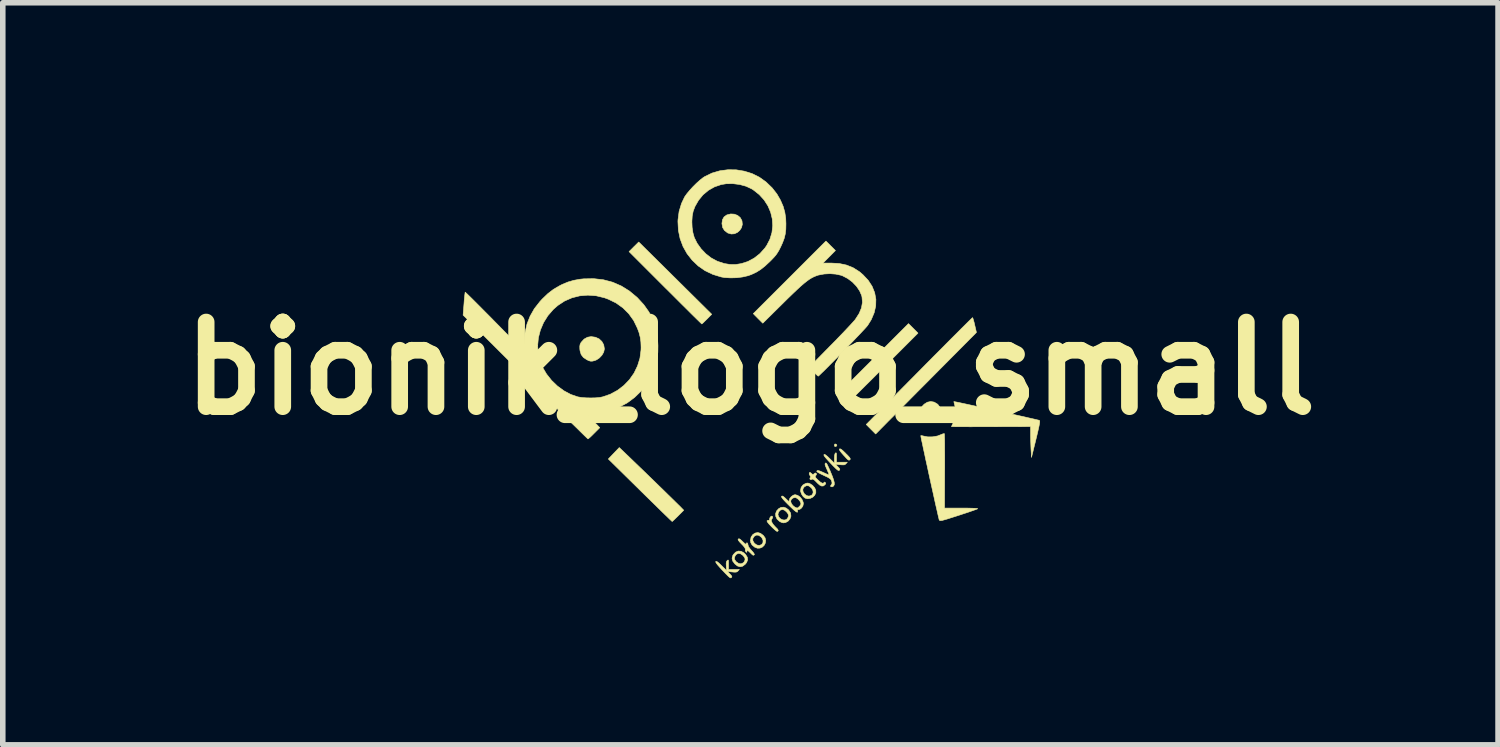
<source format=kicad_pcb>
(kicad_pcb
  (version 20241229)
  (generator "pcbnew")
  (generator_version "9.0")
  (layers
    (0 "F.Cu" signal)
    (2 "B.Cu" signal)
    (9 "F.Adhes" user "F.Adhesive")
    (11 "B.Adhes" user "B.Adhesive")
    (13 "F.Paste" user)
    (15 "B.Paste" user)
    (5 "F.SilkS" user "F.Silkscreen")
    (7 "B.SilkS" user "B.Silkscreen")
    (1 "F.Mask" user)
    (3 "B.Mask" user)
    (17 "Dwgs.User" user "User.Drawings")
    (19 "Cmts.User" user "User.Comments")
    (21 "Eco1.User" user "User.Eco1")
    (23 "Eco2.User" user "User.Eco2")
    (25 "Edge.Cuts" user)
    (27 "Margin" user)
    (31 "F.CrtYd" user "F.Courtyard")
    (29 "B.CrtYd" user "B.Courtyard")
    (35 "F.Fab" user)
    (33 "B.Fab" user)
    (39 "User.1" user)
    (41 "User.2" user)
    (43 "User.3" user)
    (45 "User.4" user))
  (footprint "bionik_logo_small"
    (layer "F.Cu")
    (at 10.458 3.581)
    (property "Reference" "bionik_logo_small" (at 0 0 0) (layer "F.SilkS") (effects (font (size 1.524 1.524) (thickness 0.3))))
    (attr through_hole)
    (fp_poly (pts (xy 1.552 1.374) (xy 1.556 1.384) (xy 1.545 1.402) (xy 1.534 1.407) (xy 1.516 1.403) (xy 1.511 1.384) (xy 1.518 1.363) (xy 1.534 1.361) (xy 1.552 1.374)) (stroke (width 0.01) (type solid)) (fill yes) (layer "F.SilkS"))
    (fp_poly (pts (xy 3.016 -0.635) (xy 2.375 0.006) (xy 2.269 0.112) (xy 2.169 0.212) (xy 2.075 0.305) (xy 1.989 0.391) (xy 1.913 0.466) (xy 1.848 0.53) (xy 1.796 0.582) (xy 1.757 0.62) (xy 1.734 0.642) (xy 1.727 0.648) (xy 1.716 0.639) (xy 1.691 0.617) (xy 1.657 0.584) (xy 1.638 0.565) (xy 1.556 0.482) (xy 2.845 -0.806) (xy 3.016 -0.635)) (stroke (width 0.01) (type solid)) (fill yes) (layer "F.SilkS"))
    (fp_poly (pts (xy -0.697 -0.974) (xy -0.783 -0.887) (xy -0.821 -0.85) (xy -0.851 -0.82) (xy -0.871 -0.803) (xy -0.876 -0.8) (xy -0.886 -0.809) (xy -0.912 -0.834) (xy -0.954 -0.875) (xy -1.009 -0.929) (xy -1.076 -0.995) (xy -1.154 -1.073) (xy -1.242 -1.16) (xy -1.337 -1.255) (xy -1.439 -1.357) (xy -1.534 -1.451) (xy -2.185 -2.102) (xy -2.098 -2.189) (xy -2.011 -2.275) (xy -0.697 -0.974)) (stroke (width 0.01) (type solid)) (fill yes) (layer "F.SilkS"))
    (fp_poly (pts (xy 3.307 0.607) (xy 3.364 0.641) (xy 3.374 0.649) (xy 3.416 0.706) (xy 3.436 0.767) (xy 3.432 0.829) (xy 3.405 0.889) (xy 3.394 0.904) (xy 3.341 0.95) (xy 3.281 0.973) (xy 3.216 0.971) (xy 3.178 0.959) (xy 3.119 0.921) (xy 3.08 0.868) (xy 3.062 0.802) (xy 3.061 0.78) (xy 3.068 0.727) (xy 3.091 0.683) (xy 3.128 0.644) (xy 3.184 0.609) (xy 3.245 0.596) (xy 3.307 0.607)) (stroke (width 0.01) (type solid)) (fill yes) (layer "F.SilkS"))
    (fp_poly (pts (xy -0.29 -2.776) (xy -0.232 -2.754) (xy -0.185 -2.716) (xy -0.155 -2.663) (xy -0.152 -2.653) (xy -0.146 -2.591) (xy -0.161 -2.533) (xy -0.193 -2.484) (xy -0.237 -2.446) (xy -0.289 -2.423) (xy -0.346 -2.419) (xy -0.404 -2.436) (xy -0.409 -2.438) (xy -0.466 -2.481) (xy -0.5 -2.535) (xy -0.512 -2.601) (xy -0.513 -2.61) (xy -0.503 -2.677) (xy -0.475 -2.726) (xy -0.429 -2.76) (xy -0.422 -2.763) (xy -0.355 -2.78) (xy -0.29 -2.776)) (stroke (width 0.01) (type solid)) (fill yes) (layer "F.SilkS"))
    (fp_poly (pts (xy 1.636 1.458) (xy 1.666 1.483) (xy 1.71 1.525) (xy 1.715 1.531) (xy 1.757 1.573) (xy 1.783 1.602) (xy 1.795 1.621) (xy 1.797 1.634) (xy 1.79 1.645) (xy 1.789 1.645) (xy 1.779 1.652) (xy 1.767 1.651) (xy 1.749 1.639) (xy 1.723 1.613) (xy 1.684 1.57) (xy 1.678 1.564) (xy 1.637 1.517) (xy 1.612 1.485) (xy 1.601 1.464) (xy 1.602 1.452) (xy 1.604 1.45) (xy 1.616 1.448) (xy 1.636 1.458)) (stroke (width 0.01) (type solid)) (fill yes) (layer "F.SilkS"))
    (fp_poly (pts (xy -2.79 -0.561) (xy -2.724 -0.531) (xy -2.674 -0.484) (xy -2.641 -0.424) (xy -2.629 -0.352) (xy -2.629 -0.349) (xy -2.641 -0.294) (xy -2.672 -0.239) (xy -2.717 -0.19) (xy -2.77 -0.154) (xy -2.804 -0.14) (xy -2.847 -0.13) (xy -2.879 -0.13) (xy -2.912 -0.14) (xy -2.945 -0.156) (xy -3.007 -0.197) (xy -3.047 -0.249) (xy -3.067 -0.316) (xy -3.071 -0.348) (xy -3.072 -0.396) (xy -3.067 -0.429) (xy -3.053 -0.459) (xy -3.046 -0.47) (xy -2.994 -0.527) (xy -2.933 -0.561) (xy -2.868 -0.572) (xy -2.79 -0.561)) (stroke (width 0.01) (type solid)) (fill yes) (layer "F.SilkS"))
    (fp_poly (pts (xy 0.394 2.662) (xy 0.401 2.68) (xy 0.391 2.705) (xy 0.389 2.707) (xy 0.377 2.73) (xy 0.378 2.751) (xy 0.39 2.779) (xy 0.412 2.812) (xy 0.445 2.849) (xy 0.46 2.864) (xy 0.49 2.895) (xy 0.501 2.918) (xy 0.492 2.932) (xy 0.478 2.934) (xy 0.463 2.925) (xy 0.435 2.902) (xy 0.399 2.869) (xy 0.376 2.846) (xy 0.335 2.803) (xy 0.308 2.769) (xy 0.298 2.748) (xy 0.298 2.744) (xy 0.316 2.734) (xy 0.325 2.736) (xy 0.34 2.732) (xy 0.343 2.72) (xy 0.349 2.691) (xy 0.365 2.668) (xy 0.383 2.658) (xy 0.394 2.662)) (stroke (width 0.01) (type solid)) (fill yes) (layer "F.SilkS"))
    (fp_poly (pts (xy 4.004 -0.903) (xy 4.014 -0.871) (xy 4.027 -0.825) (xy 4.037 -0.781) (xy 4.068 -0.647) (xy 3.34 0.086) (xy 3.222 0.205) (xy 3.106 0.322) (xy 2.992 0.436) (xy 2.884 0.545) (xy 2.782 0.648) (xy 2.689 0.741) (xy 2.607 0.825) (xy 2.536 0.896) (xy 2.479 0.953) (xy 2.439 0.994) (xy 2.433 1) (xy 2.254 1.181) (xy 2.169 1.096) (xy 2.084 1.01) (xy 3.037 0.048) (xy 3.166 -0.083) (xy 3.29 -0.208) (xy 3.408 -0.326) (xy 3.518 -0.437) (xy 3.62 -0.54) (xy 3.713 -0.632) (xy 3.794 -0.714) (xy 3.864 -0.783) (xy 3.92 -0.839) (xy 3.962 -0.88) (xy 3.989 -0.906) (xy 3.998 -0.914) (xy 4.004 -0.903)) (stroke (width 0.01) (type solid)) (fill yes) (layer "F.SilkS"))
    (fp_poly (pts (xy -2.226 1.554) (xy -2.183 1.595) (xy -2.128 1.648) (xy -2.063 1.711) (xy -1.989 1.782) (xy -1.909 1.859) (xy -1.825 1.941) (xy -1.739 2.024) (xy -1.654 2.107) (xy -1.57 2.188) (xy -1.492 2.265) (xy -1.419 2.336) (xy -1.356 2.398) (xy -1.303 2.45) (xy -1.263 2.489) (xy -1.239 2.514) (xy -1.233 2.52) (xy -1.201 2.553) (xy -1.302 2.655) (xy -1.343 2.695) (xy -1.377 2.728) (xy -1.4 2.749) (xy -1.409 2.756) (xy -1.419 2.747) (xy -1.446 2.722) (xy -1.487 2.682) (xy -1.542 2.629) (xy -1.609 2.564) (xy -1.686 2.488) (xy -1.772 2.404) (xy -1.865 2.313) (xy -1.964 2.216) (xy -1.987 2.193) (xy -2.558 1.631) (xy -2.46 1.528) (xy -2.361 1.425) (xy -2.226 1.554)) (stroke (width 0.01) (type solid)) (fill yes) (layer "F.SilkS"))
    (fp_poly (pts (xy -0.169 3.292) (xy -0.118 3.32) (xy -0.089 3.348) (xy -0.057 3.398) (xy -0.05 3.447) (xy -0.069 3.495) (xy -0.094 3.526) (xy -0.141 3.561) (xy -0.188 3.571) (xy -0.235 3.556) (xy -0.281 3.519) (xy -0.319 3.469) (xy -0.331 3.419) (xy -0.326 3.4) (xy -0.288 3.4) (xy -0.287 3.436) (xy -0.263 3.473) (xy -0.255 3.481) (xy -0.212 3.511) (xy -0.17 3.518) (xy -0.131 3.501) (xy -0.115 3.484) (xy -0.097 3.449) (xy -0.1 3.414) (xy -0.127 3.376) (xy -0.141 3.362) (xy -0.183 3.334) (xy -0.222 3.33) (xy -0.258 3.351) (xy -0.266 3.361) (xy -0.288 3.4) (xy -0.326 3.4) (xy -0.318 3.369) (xy -0.309 3.352) (xy -0.267 3.308) (xy -0.219 3.288) (xy -0.169 3.292)) (stroke (width 0.01) (type solid)) (fill yes) (layer "F.SilkS"))
    (fp_poly (pts (xy 0.181 2.969) (xy 0.232 3.007) (xy 0.264 3.051) (xy 0.275 3.098) (xy 0.268 3.144) (xy 0.247 3.185) (xy 0.214 3.217) (xy 0.172 3.235) (xy 0.125 3.237) (xy 0.075 3.217) (xy 0.073 3.215) (xy 0.029 3.178) (xy 0.006 3.137) (xy 0.000403 3.095) (xy 0.007 3.062) (xy 0.043 3.062) (xy 0.043 3.101) (xy 0.068 3.143) (xy 0.075 3.151) (xy 0.117 3.18) (xy 0.161 3.187) (xy 0.2 3.171) (xy 0.205 3.167) (xy 0.226 3.133) (xy 0.226 3.092) (xy 0.205 3.049) (xy 0.191 3.034) (xy 0.15 3.005) (xy 0.111 3) (xy 0.072 3.02) (xy 0.067 3.025) (xy 0.043 3.062) (xy 0.007 3.062) (xy 0.011 3.037) (xy 0.043 2.991) (xy 0.085 2.964) (xy 0.133 2.955) (xy 0.181 2.969)) (stroke (width 0.01) (type solid)) (fill yes) (layer "F.SilkS"))
    (fp_poly (pts (xy 1.049 2.067) (xy 1.071 2.075) (xy 1.118 2.105) (xy 1.156 2.149) (xy 1.176 2.193) (xy 1.177 2.24) (xy 1.157 2.283) (xy 1.122 2.318) (xy 1.077 2.34) (xy 1.028 2.347) (xy 0.984 2.335) (xy 0.95 2.308) (xy 0.921 2.265) (xy 0.904 2.218) (xy 0.902 2.196) (xy 0.907 2.17) (xy 0.944 2.17) (xy 0.945 2.212) (xy 0.97 2.257) (xy 0.973 2.26) (xy 1.011 2.29) (xy 1.054 2.299) (xy 1.095 2.287) (xy 1.107 2.278) (xy 1.128 2.244) (xy 1.126 2.203) (xy 1.104 2.16) (xy 1.093 2.148) (xy 1.053 2.116) (xy 1.012 2.11) (xy 0.973 2.129) (xy 0.968 2.134) (xy 0.944 2.17) (xy 0.907 2.17) (xy 0.913 2.141) (xy 0.946 2.098) (xy 0.986 2.075) (xy 1.02 2.064) (xy 1.049 2.067)) (stroke (width 0.01) (type solid)) (fill yes) (layer "F.SilkS"))
    (fp_poly (pts (xy 1.546 1.526) (xy 1.549 1.55) (xy 1.549 1.596) (xy 1.549 1.599) (xy 1.549 1.689) (xy 1.744 1.689) (xy 1.72 1.716) (xy 1.704 1.73) (xy 1.685 1.737) (xy 1.654 1.737) (xy 1.613 1.734) (xy 1.53 1.725) (xy 1.574 1.771) (xy 1.6 1.799) (xy 1.609 1.817) (xy 1.604 1.83) (xy 1.6 1.834) (xy 1.59 1.838) (xy 1.577 1.835) (xy 1.558 1.821) (xy 1.529 1.795) (xy 1.488 1.754) (xy 1.445 1.709) (xy 1.391 1.651) (xy 1.354 1.609) (xy 1.331 1.58) (xy 1.322 1.561) (xy 1.324 1.551) (xy 1.336 1.548) (xy 1.355 1.559) (xy 1.386 1.584) (xy 1.425 1.622) (xy 1.511 1.707) (xy 1.511 1.624) (xy 1.514 1.569) (xy 1.522 1.536) (xy 1.53 1.524) (xy 1.54 1.519) (xy 1.546 1.526)) (stroke (width 0.01) (type solid)) (fill yes) (layer "F.SilkS"))
    (fp_poly (pts (xy -0.187 3.075) (xy -0.158 3.1) (xy -0.14 3.118) (xy -0.105 3.15) (xy -0.085 3.164) (xy -0.077 3.161) (xy -0.076 3.158) (xy -0.069 3.141) (xy -0.06 3.14) (xy -0.048 3.155) (xy -0.044 3.179) (xy -0.033 3.212) (xy -0.001 3.255) (xy 0.018 3.275) (xy 0.047 3.308) (xy 0.066 3.336) (xy 0.071 3.351) (xy 0.071 3.352) (xy 0.059 3.363) (xy 0.044 3.361) (xy 0.021 3.342) (xy 0 3.321) (xy -0.033 3.29) (xy -0.053 3.278) (xy -0.062 3.285) (xy -0.064 3.297) (xy -0.067 3.311) (xy -0.081 3.303) (xy -0.093 3.28) (xy -0.092 3.262) (xy -0.094 3.243) (xy -0.109 3.217) (xy -0.141 3.18) (xy -0.16 3.161) (xy -0.197 3.122) (xy -0.217 3.096) (xy -0.223 3.08) (xy -0.218 3.071) (xy -0.206 3.066) (xy -0.187 3.075)) (stroke (width 0.01) (type solid)) (fill yes) (layer "F.SilkS"))
    (fp_poly (pts (xy 0.643 2.514) (xy 0.686 2.547) (xy 0.717 2.593) (xy 0.724 2.611) (xy 0.729 2.661) (xy 0.712 2.708) (xy 0.68 2.748) (xy 0.635 2.774) (xy 0.594 2.781) (xy 0.564 2.774) (xy 0.529 2.758) (xy 0.525 2.755) (xy 0.48 2.714) (xy 0.456 2.665) (xy 0.454 2.627) (xy 0.495 2.627) (xy 0.505 2.667) (xy 0.531 2.7) (xy 0.567 2.722) (xy 0.606 2.73) (xy 0.642 2.723) (xy 0.666 2.702) (xy 0.681 2.67) (xy 0.686 2.646) (xy 0.675 2.616) (xy 0.65 2.583) (xy 0.617 2.555) (xy 0.584 2.541) (xy 0.577 2.54) (xy 0.539 2.551) (xy 0.51 2.581) (xy 0.496 2.62) (xy 0.495 2.627) (xy 0.454 2.627) (xy 0.453 2.614) (xy 0.471 2.566) (xy 0.508 2.525) (xy 0.549 2.503) (xy 0.596 2.498) (xy 0.643 2.514)) (stroke (width 0.01) (type solid)) (fill yes) (layer "F.SilkS"))
    (fp_poly (pts (xy -0.398 3.451) (xy -0.395 3.468) (xy -0.394 3.504) (xy -0.394 3.529) (xy -0.394 3.619) (xy -0.199 3.619) (xy -0.223 3.646) (xy -0.239 3.66) (xy -0.258 3.667) (xy -0.289 3.668) (xy -0.33 3.664) (xy -0.413 3.655) (xy -0.369 3.701) (xy -0.344 3.729) (xy -0.334 3.747) (xy -0.339 3.76) (xy -0.344 3.766) (xy -0.353 3.771) (xy -0.365 3.769) (xy -0.382 3.757) (xy -0.408 3.733) (xy -0.446 3.695) (xy -0.497 3.641) (xy -0.501 3.638) (xy -0.555 3.578) (xy -0.593 3.535) (xy -0.616 3.504) (xy -0.625 3.485) (xy -0.624 3.476) (xy -0.612 3.474) (xy -0.591 3.485) (xy -0.559 3.512) (xy -0.52 3.55) (xy -0.43 3.639) (xy -0.435 3.559) (xy -0.437 3.512) (xy -0.433 3.483) (xy -0.423 3.465) (xy -0.417 3.459) (xy -0.405 3.449) (xy -0.398 3.451)) (stroke (width 0.01) (type solid)) (fill yes) (layer "F.SilkS"))
    (fp_poly (pts (xy 1.079 1.875) (xy 1.096 1.89) (xy 1.118 1.908) (xy 1.132 1.908) (xy 1.147 1.896) (xy 1.167 1.882) (xy 1.183 1.889) (xy 1.183 1.889) (xy 1.191 1.906) (xy 1.178 1.927) (xy 1.177 1.928) (xy 1.167 1.941) (xy 1.167 1.955) (xy 1.18 1.973) (xy 1.208 2.002) (xy 1.217 2.01) (xy 1.262 2.05) (xy 1.296 2.068) (xy 1.318 2.064) (xy 1.325 2.054) (xy 1.333 2.045) (xy 1.347 2.054) (xy 1.356 2.069) (xy 1.347 2.088) (xy 1.34 2.095) (xy 1.313 2.116) (xy 1.283 2.118) (xy 1.247 2.101) (xy 1.203 2.062) (xy 1.193 2.051) (xy 1.157 2.015) (xy 1.132 1.997) (xy 1.116 1.992) (xy 1.109 1.996) (xy 1.088 2.003) (xy 1.072 1.994) (xy 1.07 1.976) (xy 1.077 1.966) (xy 1.084 1.95) (xy 1.072 1.929) (xy 1.071 1.929) (xy 1.058 1.902) (xy 1.059 1.885) (xy 1.067 1.872) (xy 1.079 1.875)) (stroke (width 0.01) (type solid)) (fill yes) (layer "F.SilkS"))
    (fp_poly (pts (xy 1.368 1.709) (xy 1.382 1.731) (xy 1.4 1.769) (xy 1.426 1.826) (xy 1.439 1.857) (xy 1.474 1.942) (xy 1.497 2.007) (xy 1.509 2.055) (xy 1.51 2.09) (xy 1.5 2.113) (xy 1.496 2.118) (xy 1.47 2.133) (xy 1.445 2.127) (xy 1.444 2.125) (xy 1.444 2.111) (xy 1.455 2.094) (xy 1.468 2.074) (xy 1.467 2.049) (xy 1.461 2.028) (xy 1.453 2.008) (xy 1.439 1.991) (xy 1.415 1.974) (xy 1.378 1.953) (xy 1.321 1.927) (xy 1.32 1.926) (xy 1.269 1.902) (xy 1.228 1.88) (xy 1.201 1.863) (xy 1.194 1.855) (xy 1.199 1.841) (xy 1.217 1.838) (xy 1.25 1.847) (xy 1.301 1.869) (xy 1.314 1.875) (xy 1.358 1.895) (xy 1.393 1.91) (xy 1.413 1.916) (xy 1.416 1.916) (xy 1.413 1.903) (xy 1.401 1.873) (xy 1.383 1.832) (xy 1.377 1.817) (xy 1.355 1.768) (xy 1.344 1.737) (xy 1.343 1.718) (xy 1.35 1.706) (xy 1.35 1.705) (xy 1.358 1.702) (xy 1.368 1.709)) (stroke (width 0.01) (type solid)) (fill yes) (layer "F.SilkS"))
    (fp_poly (pts (xy 3.678 0.6) (xy 3.716 0.607) (xy 3.773 0.619) (xy 3.848 0.635) (xy 3.936 0.654) (xy 4.037 0.676) (xy 4.146 0.7) (xy 4.262 0.725) (xy 4.381 0.751) (xy 4.501 0.778) (xy 4.62 0.804) (xy 4.735 0.829) (xy 4.842 0.853) (xy 4.941 0.875) (xy 5.027 0.895) (xy 5.099 0.911) (xy 5.153 0.924) (xy 5.187 0.932) (xy 5.196 0.934) (xy 5.202 0.938) (xy 5.206 0.947) (xy 5.207 0.963) (xy 5.204 0.989) (xy 5.197 1.027) (xy 5.186 1.08) (xy 5.17 1.149) (xy 5.149 1.238) (xy 5.122 1.348) (xy 5.113 1.383) (xy 5.059 1.603) (xy 5.05 1.447) (xy 5.047 1.371) (xy 5.044 1.289) (xy 5.042 1.213) (xy 5.042 1.17) (xy 5.042 1.048) (xy 4.331 1.05) (xy 4.199 1.05) (xy 4.075 1.05) (xy 3.961 1.051) (xy 3.86 1.05) (xy 3.774 1.05) (xy 3.704 1.05) (xy 3.654 1.049) (xy 3.626 1.049) (xy 3.619 1.048) (xy 3.624 1.036) (xy 3.637 1.007) (xy 3.652 0.974) (xy 3.682 0.881) (xy 3.693 0.781) (xy 3.683 0.683) (xy 3.679 0.67) (xy 3.669 0.631) (xy 3.663 0.605) (xy 3.662 0.597) (xy 3.678 0.6)) (stroke (width 0.01) (type solid)) (fill yes) (layer "F.SilkS"))
    (fp_poly (pts (xy 0.849 2.285) (xy 0.893 2.315) (xy 0.928 2.359) (xy 0.949 2.408) (xy 0.953 2.436) (xy 0.944 2.476) (xy 0.921 2.512) (xy 0.891 2.535) (xy 0.87 2.54) (xy 0.849 2.544) (xy 0.846 2.562) (xy 0.847 2.565) (xy 0.849 2.586) (xy 0.838 2.589) (xy 0.815 2.576) (xy 0.777 2.545) (xy 0.725 2.496) (xy 0.682 2.454) (xy 0.628 2.399) (xy 0.591 2.359) (xy 0.569 2.331) (xy 0.559 2.313) (xy 0.56 2.302) (xy 0.561 2.301) (xy 0.574 2.297) (xy 0.592 2.305) (xy 0.621 2.33) (xy 0.638 2.346) (xy 0.67 2.377) (xy 0.688 2.392) (xy 0.696 2.392) (xy 0.696 2.391) (xy 0.724 2.391) (xy 0.735 2.429) (xy 0.762 2.467) (xy 0.799 2.497) (xy 0.837 2.513) (xy 0.842 2.514) (xy 0.857 2.506) (xy 0.88 2.486) (xy 0.884 2.483) (xy 0.906 2.453) (xy 0.908 2.425) (xy 0.907 2.422) (xy 0.888 2.385) (xy 0.857 2.352) (xy 0.823 2.329) (xy 0.802 2.324) (xy 0.765 2.334) (xy 0.736 2.358) (xy 0.724 2.389) (xy 0.724 2.391) (xy 0.696 2.391) (xy 0.698 2.38) (xy 0.699 2.372) (xy 0.709 2.34) (xy 0.736 2.308) (xy 0.77 2.283) (xy 0.803 2.273) (xy 0.849 2.285)) (stroke (width 0.01) (type solid)) (fill yes) (layer "F.SilkS"))
    (fp_poly (pts (xy 3.491 1.175) (xy 3.492 1.189) (xy 3.493 1.226) (xy 3.495 1.283) (xy 3.496 1.359) (xy 3.496 1.451) (xy 3.497 1.556) (xy 3.497 1.672) (xy 3.497 1.797) (xy 3.496 1.849) (xy 3.494 2.515) (xy 3.801 2.515) (xy 3.908 2.515) (xy 3.99 2.517) (xy 4.048 2.519) (xy 4.081 2.522) (xy 4.09 2.527) (xy 4.089 2.528) (xy 4.072 2.535) (xy 4.034 2.549) (xy 3.98 2.568) (xy 3.914 2.591) (xy 3.84 2.615) (xy 3.762 2.641) (xy 3.684 2.666) (xy 3.611 2.689) (xy 3.546 2.71) (xy 3.494 2.725) (xy 3.458 2.735) (xy 3.448 2.738) (xy 3.414 2.74) (xy 3.399 2.731) (xy 3.398 2.729) (xy 3.393 2.708) (xy 3.383 2.667) (xy 3.369 2.607) (xy 3.352 2.53) (xy 3.331 2.44) (xy 3.309 2.339) (xy 3.285 2.23) (xy 3.259 2.114) (xy 3.233 1.996) (xy 3.207 1.877) (xy 3.182 1.76) (xy 3.157 1.648) (xy 3.135 1.543) (xy 3.114 1.448) (xy 3.097 1.365) (xy 3.082 1.298) (xy 3.072 1.248) (xy 3.067 1.218) (xy 3.066 1.21) (xy 3.08 1.21) (xy 3.109 1.216) (xy 3.115 1.218) (xy 3.193 1.233) (xy 3.28 1.232) (xy 3.366 1.217) (xy 3.433 1.191) (xy 3.465 1.178) (xy 3.487 1.174) (xy 3.491 1.175)) (stroke (width 0.01) (type solid)) (fill yes) (layer "F.SilkS"))
    (fp_poly (pts (xy 1.444 -2.207) (xy 1.53 -2.121) (xy 1.305 -1.895) (xy 1.449 -1.896) (xy 1.596 -1.888) (xy 1.729 -1.86) (xy 1.85 -1.811) (xy 1.962 -1.74) (xy 2.025 -1.686) (xy 2.12 -1.585) (xy 2.19 -1.477) (xy 2.236 -1.363) (xy 2.258 -1.244) (xy 2.255 -1.123) (xy 2.227 -1.001) (xy 2.175 -0.878) (xy 2.112 -0.776) (xy 2.095 -0.755) (xy 2.063 -0.719) (xy 2.018 -0.671) (xy 1.963 -0.612) (xy 1.899 -0.545) (xy 1.829 -0.471) (xy 1.754 -0.394) (xy 1.677 -0.314) (xy 1.6 -0.235) (xy 1.524 -0.158) (xy 1.452 -0.086) (xy 1.387 -0.02) (xy 1.329 0.038) (xy 1.281 0.084) (xy 1.246 0.118) (xy 1.225 0.137) (xy 1.22 0.14) (xy 1.208 0.131) (xy 1.183 0.109) (xy 1.15 0.077) (xy 1.134 0.061) (xy 1.056 -0.017) (xy 1.441 -0.409) (xy 1.526 -0.495) (xy 1.606 -0.578) (xy 1.682 -0.657) (xy 1.749 -0.728) (xy 1.807 -0.79) (xy 1.852 -0.84) (xy 1.883 -0.875) (xy 1.891 -0.886) (xy 1.957 -0.989) (xy 1.999 -1.09) (xy 2.016 -1.189) (xy 2.008 -1.285) (xy 2.002 -1.311) (xy 1.965 -1.396) (xy 1.908 -1.479) (xy 1.835 -1.555) (xy 1.751 -1.618) (xy 1.661 -1.665) (xy 1.628 -1.677) (xy 1.535 -1.697) (xy 1.431 -1.705) (xy 1.326 -1.699) (xy 1.231 -1.681) (xy 1.218 -1.678) (xy 1.178 -1.664) (xy 1.14 -1.648) (xy 1.101 -1.628) (xy 1.06 -1.603) (xy 1.015 -1.57) (xy 0.964 -1.53) (xy 0.906 -1.48) (xy 0.839 -1.418) (xy 0.76 -1.343) (xy 0.668 -1.254) (xy 0.562 -1.149) (xy 0.495 -1.083) (xy 0.222 -0.813) (xy 0.136 -0.899) (xy 0.051 -0.985) (xy 0.705 -1.638) (xy 1.359 -2.292) (xy 1.444 -2.207)) (stroke (width 0.01) (type solid)) (fill yes) (layer "F.SilkS"))
    (fp_poly (pts (xy -0.256 -3.574) (xy -0.111 -3.55) (xy 0.03 -3.506) (xy 0.161 -3.441) (xy 0.281 -3.355) (xy 0.283 -3.353) (xy 0.391 -3.249) (xy 0.477 -3.138) (xy 0.54 -3.029) (xy 0.588 -2.919) (xy 0.618 -2.814) (xy 0.635 -2.704) (xy 0.639 -2.603) (xy 0.637 -2.504) (xy 0.627 -2.42) (xy 0.608 -2.341) (xy 0.577 -2.259) (xy 0.543 -2.184) (xy 0.514 -2.127) (xy 0.487 -2.082) (xy 0.459 -2.041) (xy 0.424 -2) (xy 0.377 -1.951) (xy 0.35 -1.924) (xy 0.262 -1.842) (xy 0.181 -1.778) (xy 0.101 -1.729) (xy 0.015 -1.689) (xy -0.044 -1.668) (xy -0.139 -1.646) (xy -0.247 -1.632) (xy -0.358 -1.629) (xy -0.464 -1.635) (xy -0.527 -1.646) (xy -0.677 -1.692) (xy -0.816 -1.758) (xy -0.94 -1.844) (xy -1.048 -1.947) (xy -1.14 -2.064) (xy -1.213 -2.194) (xy -1.266 -2.335) (xy -1.297 -2.485) (xy -1.305 -2.641) (xy -1.305 -2.644) (xy -1.054 -2.644) (xy -1.05 -2.54) (xy -1.035 -2.44) (xy -1.011 -2.355) (xy -0.959 -2.251) (xy -0.888 -2.152) (xy -0.802 -2.062) (xy -0.705 -1.987) (xy -0.603 -1.932) (xy -0.583 -1.924) (xy -0.47 -1.887) (xy -0.364 -1.87) (xy -0.259 -1.871) (xy -0.164 -1.886) (xy -0.045 -1.924) (xy 0.068 -1.985) (xy 0.171 -2.066) (xy 0.259 -2.164) (xy 0.292 -2.211) (xy 0.351 -2.325) (xy 0.387 -2.444) (xy 0.401 -2.567) (xy 0.393 -2.69) (xy 0.364 -2.81) (xy 0.315 -2.925) (xy 0.246 -3.032) (xy 0.159 -3.128) (xy 0.054 -3.211) (xy 0.019 -3.233) (xy -0.08 -3.279) (xy -0.194 -3.31) (xy -0.314 -3.325) (xy -0.434 -3.324) (xy -0.526 -3.309) (xy -0.646 -3.268) (xy -0.756 -3.206) (xy -0.854 -3.124) (xy -0.935 -3.025) (xy -0.999 -2.913) (xy -1.031 -2.828) (xy -1.048 -2.743) (xy -1.054 -2.644) (xy -1.305 -2.644) (xy -1.304 -2.673) (xy -1.284 -2.825) (xy -1.241 -2.968) (xy -1.185 -3.086) (xy -1.148 -3.139) (xy -1.097 -3.201) (xy -1.037 -3.267) (xy -0.972 -3.332) (xy -0.908 -3.389) (xy -0.851 -3.434) (xy -0.823 -3.452) (xy -0.691 -3.516) (xy -0.55 -3.557) (xy -0.404 -3.576) (xy -0.256 -3.574)) (stroke (width 0.01) (type solid)) (fill yes) (layer "F.SilkS"))
    (fp_poly (pts (xy -2.646 -1.595) (xy -2.48 -1.551) (xy -2.324 -1.483) (xy -2.178 -1.392) (xy -2.042 -1.279) (xy -2.035 -1.272) (xy -1.92 -1.147) (xy -1.828 -1.017) (xy -1.757 -0.878) (xy -1.707 -0.74) (xy -1.685 -0.642) (xy -1.671 -0.528) (xy -1.665 -0.408) (xy -1.667 -0.289) (xy -1.678 -0.18) (xy -1.682 -0.159) (xy -1.724 -0.002) (xy -1.787 0.147) (xy -1.87 0.286) (xy -1.971 0.412) (xy -2.086 0.523) (xy -2.214 0.618) (xy -2.353 0.694) (xy -2.501 0.749) (xy -2.618 0.775) (xy -2.675 0.781) (xy -2.745 0.785) (xy -2.818 0.786) (xy -2.849 0.785) (xy -2.984 0.78) (xy -2.937 0.832) (xy -2.907 0.864) (xy -2.866 0.907) (xy -2.821 0.954) (xy -2.801 0.975) (xy -2.712 1.067) (xy -2.813 1.168) (xy -2.854 1.209) (xy -2.889 1.242) (xy -2.914 1.263) (xy -2.924 1.27) (xy -2.934 1.261) (xy -2.961 1.236) (xy -3.004 1.194) (xy -3.061 1.138) (xy -3.132 1.068) (xy -3.216 0.986) (xy -3.311 0.892) (xy -3.416 0.788) (xy -3.531 0.674) (xy -3.653 0.553) (xy -3.783 0.424) (xy -3.919 0.289) (xy -4.053 0.155) (xy -5.172 -0.959) (xy -5.156 -1.162) (xy -5.151 -1.231) (xy -5.145 -1.291) (xy -5.14 -1.337) (xy -5.136 -1.365) (xy -5.135 -1.372) (xy -5.125 -1.364) (xy -5.099 -1.34) (xy -5.058 -1.3) (xy -5.005 -1.248) (xy -4.94 -1.183) (xy -4.865 -1.108) (xy -4.782 -1.024) (xy -4.691 -0.933) (xy -4.605 -0.845) (xy -4.081 -0.312) (xy -4.076 -0.41) (xy -3.83 -0.41) (xy -3.821 -0.269) (xy -3.795 -0.154) (xy -3.743 -0.022) (xy -3.67 0.102) (xy -3.579 0.217) (xy -3.474 0.318) (xy -3.358 0.403) (xy -3.234 0.469) (xy -3.106 0.513) (xy -3.105 0.513) (xy -3.04 0.524) (xy -2.96 0.53) (xy -2.873 0.532) (xy -2.787 0.53) (xy -2.712 0.523) (xy -2.662 0.513) (xy -2.522 0.465) (xy -2.393 0.395) (xy -2.278 0.307) (xy -2.178 0.203) (xy -2.095 0.085) (xy -2.032 -0.045) (xy -1.989 -0.183) (xy -1.97 -0.329) (xy -1.968 -0.376) (xy -1.972 -0.475) (xy -1.984 -0.561) (xy -2.006 -0.646) (xy -2.035 -0.724) (xy -2.102 -0.862) (xy -2.19 -0.984) (xy -2.295 -1.089) (xy -2.418 -1.177) (xy -2.557 -1.245) (xy -2.627 -1.271) (xy -2.777 -1.307) (xy -2.926 -1.318) (xy -3.072 -1.306) (xy -3.212 -1.271) (xy -3.345 -1.213) (xy -3.467 -1.133) (xy -3.549 -1.061) (xy -3.646 -0.949) (xy -3.724 -0.824) (xy -3.781 -0.69) (xy -3.817 -0.551) (xy -3.83 -0.41) (xy -4.076 -0.41) (xy -4.073 -0.476) (xy -4.057 -0.645) (xy -4.022 -0.799) (xy -3.966 -0.94) (xy -3.89 -1.074) (xy -3.79 -1.202) (xy -3.747 -1.249) (xy -3.647 -1.345) (xy -3.547 -1.422) (xy -3.438 -1.486) (xy -3.389 -1.511) (xy -3.283 -1.555) (xy -3.18 -1.585) (xy -3.069 -1.605) (xy -3.001 -1.612) (xy -2.82 -1.615) (xy -2.646 -1.595)) (stroke (width 0.01) (type solid)) (fill yes) (layer "F.SilkS")))
  (gr_rect
    (start -3 -3)
    (end 23.915 10.357)
    (stroke (width 0.1) (type default))
    (fill no)
    (layer "Edge.Cuts")))
</source>
